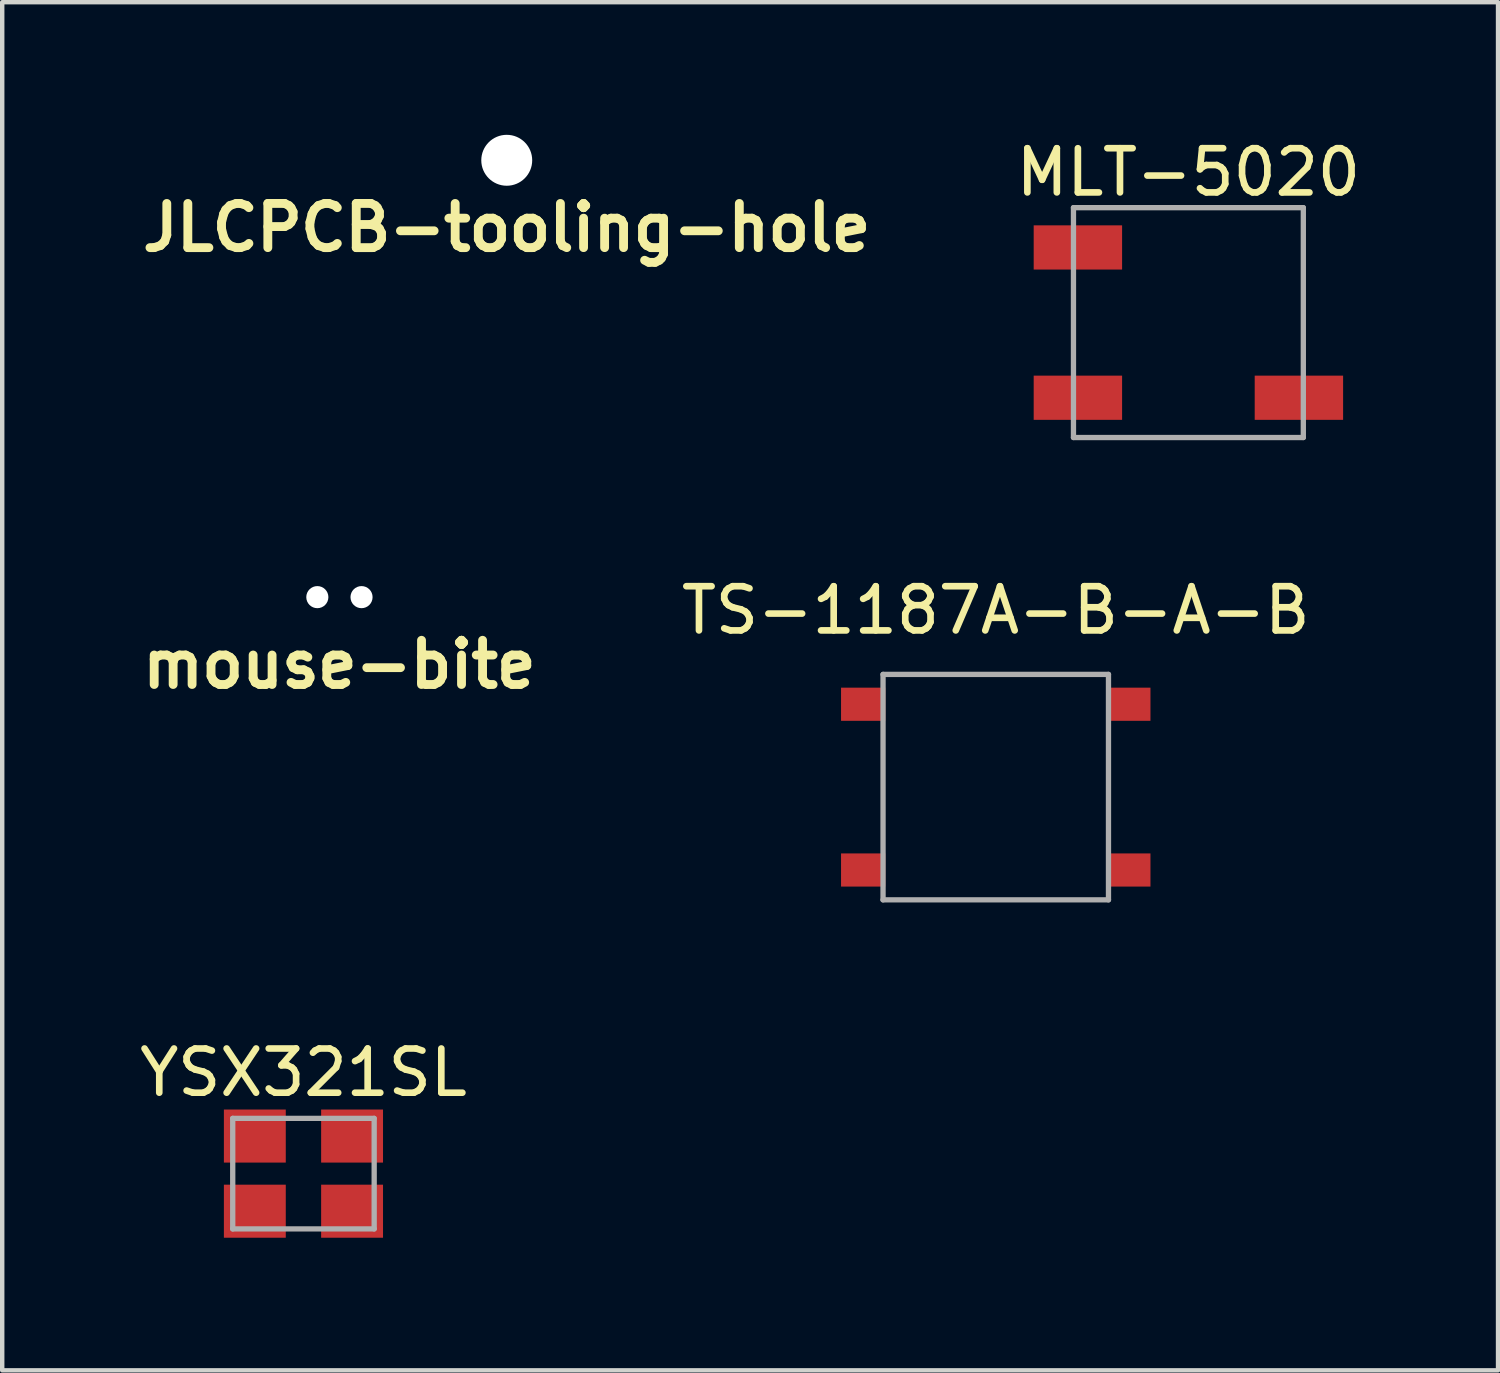
<source format=kicad_pcb>
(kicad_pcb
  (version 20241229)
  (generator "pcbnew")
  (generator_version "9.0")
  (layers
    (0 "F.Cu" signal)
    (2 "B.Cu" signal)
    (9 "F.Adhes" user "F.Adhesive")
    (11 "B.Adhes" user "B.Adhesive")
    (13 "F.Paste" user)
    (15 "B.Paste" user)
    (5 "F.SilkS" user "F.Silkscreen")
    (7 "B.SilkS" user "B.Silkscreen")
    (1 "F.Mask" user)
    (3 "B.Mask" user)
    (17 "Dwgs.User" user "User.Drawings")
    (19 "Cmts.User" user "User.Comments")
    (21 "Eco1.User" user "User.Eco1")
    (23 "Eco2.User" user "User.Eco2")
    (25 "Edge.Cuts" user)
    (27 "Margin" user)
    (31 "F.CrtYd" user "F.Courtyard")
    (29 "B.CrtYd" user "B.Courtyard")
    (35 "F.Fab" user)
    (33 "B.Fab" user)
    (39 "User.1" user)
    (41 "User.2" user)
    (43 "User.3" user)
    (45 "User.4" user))
  (footprint "TS-1187A-B-A-B"
    (layer "F.Cu")
    (at 19.477 14.757)
    (property "Reference" "TS-1187A-B-A-B" (at 0 -4 0) (layer "F.SilkS") (effects (font (size 1 1) (thickness 0.15))))
    (attr smd)
    (fp_line (start -2.55 -2.55) (end 2.55 -2.55) (stroke (width 0.12) (type solid)) (layer "F.Fab"))
    (fp_line (start -2.55 2.55) (end -2.55 -2.55) (stroke (width 0.12) (type solid)) (layer "F.Fab"))
    (fp_line (start 2.55 -2.55) (end 2.55 2.55) (stroke (width 0.12) (type solid)) (layer "F.Fab"))
    (fp_line (start 2.55 2.55) (end -2.55 2.55) (stroke (width 0.12) (type solid)) (layer "F.Fab"))
    (pad "1" smd rect (at -3 -1.875) (size 1 0.75) (layers "F.Cu" "F.Mask" "F.Paste"))
    (pad "1" smd rect (at 3 -1.875) (size 1 0.75) (layers "F.Cu" "F.Mask" "F.Paste"))
    (pad "2" smd rect (at -3 1.875) (size 1 0.75) (layers "F.Cu" "F.Mask" "F.Paste"))
    (pad "2" smd rect (at 3 1.875) (size 1 0.75) (layers "F.Cu" "F.Mask" "F.Paste")))
  (footprint "JLCPCB-tooling-hole"
    (layer "F.Cu")
    (at 8.414 0.576)
    (property "Reference" "JLCPCB-tooling-hole" (at 0 1.524 0) (layer "F.SilkS") (effects (font (size 1 1) (thickness 0.2))))
    (attr smd)
    (pad "" np_thru_hole circle (at 0 0) (size 1.152 1.152) (drill 1.152) (layers "*.Cu" "*.Mask")))
  (footprint "YSX321SL"
    (layer "F.Cu")
    (at 3.815 23.501)
    (property "Reference" "YSX321SL" (at 0 -2.286 0) (layer "F.SilkS") (effects (font (size 1 1) (thickness 0.15))))
    (attr smd)
    (fp_line (start -1.6 -1.25) (end 1.6 -1.25) (stroke (width 0.12) (type solid)) (layer "F.Fab"))
    (fp_line (start -1.6 1.25) (end -1.6 -1.25) (stroke (width 0.12) (type solid)) (layer "F.Fab"))
    (fp_line (start -1.6 1.25) (end 1.6 1.25) (stroke (width 0.12) (type solid)) (layer "F.Fab"))
    (fp_line (start 1.6 -1.25) (end 1.6 1.25) (stroke (width 0.12) (type solid)) (layer "F.Fab"))
    (pad "1" smd rect (at -1.1 0.85) (size 1.4 1.2) (layers "F.Cu" "F.Mask" "F.Paste"))
    (pad "2" smd rect (at 1.1 0.85) (size 1.4 1.2) (layers "F.Cu" "F.Mask" "F.Paste"))
    (pad "3" smd rect (at 1.1 -0.85) (size 1.4 1.2) (layers "F.Cu" "F.Mask" "F.Paste"))
    (pad "4" smd rect (at -1.1 -0.85) (size 1.4 1.2) (layers "F.Cu" "F.Mask" "F.Paste")))
  (footprint "MLT-5020"
    (layer "F.Cu")
    (at 23.835 4.248)
    (property "Reference" "MLT-5020" (at 0 -3.4 0) (layer "F.SilkS") (effects (font (size 1 1) (thickness 0.15))))
    (attr through_hole)
    (fp_line (start -2.6 -2.6) (end -2.6 2.6) (stroke (width 0.12) (type solid)) (layer "F.Fab"))
    (fp_line (start -2.6 -2.6) (end 2.6 -2.6) (stroke (width 0.12) (type solid)) (layer "F.Fab"))
    (fp_line (start 2.6 -2.6) (end 2.6 2.6) (stroke (width 0.12) (type solid)) (layer "F.Fab"))
    (fp_line (start 2.6 2.6) (end -2.6 2.6) (stroke (width 0.12) (type solid)) (layer "F.Fab"))
    (pad "1" smd rect (at -2.5 1.7 90) (size 1 2) (layers "F.Cu" "F.Mask" "F.Paste"))
    (pad "2" smd rect (at 2.5 1.7 90) (size 1 2) (layers "F.Cu" "F.Mask" "F.Paste"))
    (pad "3" smd rect (at -2.5 -1.7 90) (size 1 2) (layers "F.Cu" "F.Mask" "F.Paste")))
  (footprint "mouse-bite"
    (layer "F.Cu")
    (at 4.629 10.459)
    (property "Reference" "mouse-bite" (at 0 1.524 0) (layer "F.SilkS") (effects (font (size 1 1) (thickness 0.2))))
    (attr through_hole)
    (fp_arc (start -1.75 -0.5) (mid -1.25 0) (end -1.75 0.5) (stroke (width 0.1016) (type solid)) (layer "Eco1.User"))
    (fp_arc (start 1.75 0.5) (mid 1.25 0) (end 1.75 -0.5) (stroke (width 0.1016) (type solid)) (layer "Eco1.User"))
    (pad "" np_thru_hole circle (at -0.5 0) (size 0.5 0.5) (drill 0.5) (layers "*.Cu" "*.Mask"))
    (pad "" np_thru_hole circle (at 0.5 0) (size 0.5 0.5) (drill 0.5) (layers "*.Cu" "*.Mask")))
  (gr_rect
    (start -3 -3)
    (end 30.84 27.951)
    (stroke (width 0.1) (type default))
    (fill no)
    (layer "Edge.Cuts")))
</source>
